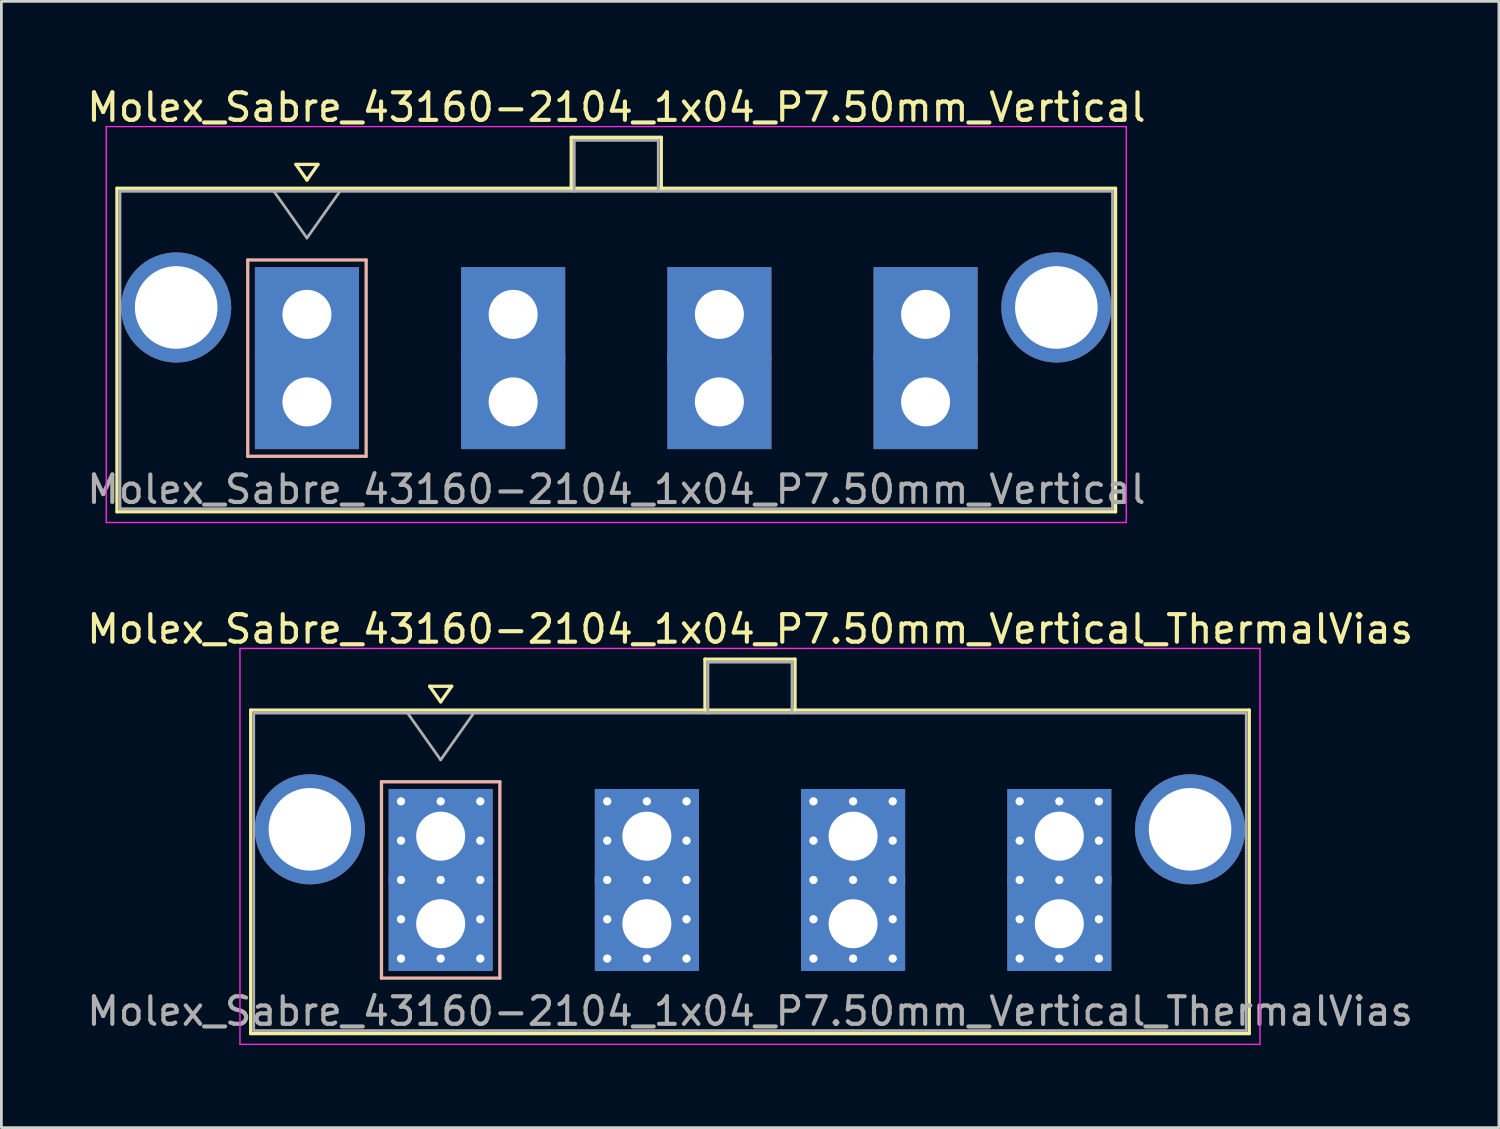
<source format=kicad_pcb>
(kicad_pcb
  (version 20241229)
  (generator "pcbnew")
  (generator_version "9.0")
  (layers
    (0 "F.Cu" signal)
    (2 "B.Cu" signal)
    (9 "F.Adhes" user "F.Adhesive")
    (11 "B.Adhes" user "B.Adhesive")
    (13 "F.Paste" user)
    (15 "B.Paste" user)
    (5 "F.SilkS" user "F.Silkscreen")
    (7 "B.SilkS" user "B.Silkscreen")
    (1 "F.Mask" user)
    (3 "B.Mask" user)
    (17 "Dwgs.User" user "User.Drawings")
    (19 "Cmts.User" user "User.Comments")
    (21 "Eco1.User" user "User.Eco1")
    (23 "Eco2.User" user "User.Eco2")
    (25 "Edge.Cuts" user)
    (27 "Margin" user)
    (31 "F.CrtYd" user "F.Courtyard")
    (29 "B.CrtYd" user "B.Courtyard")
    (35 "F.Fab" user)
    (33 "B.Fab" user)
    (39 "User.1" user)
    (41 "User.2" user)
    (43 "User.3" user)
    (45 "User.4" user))
  (footprint "Molex_Sabre_43160-2104_1x04_P7.50mm_Vertical_ThermalVias"
    (layer "F.Cu")
    (at 12.956 30.502)
    (property "Reference" "Molex_Sabre_43160-2104_1x04_P7.50mm_Vertical_ThermalVias" (at 11.24 -10.7 0) (layer "F.SilkS") (effects (font (size 1 1) (thickness 0.15))))
    (attr through_hole)
    (fp_line (start -6.9 -7.76) (end -6.9 3.99) (stroke (width 0.12) (type solid)) (layer "F.SilkS"))
    (fp_line (start -6.9 3.99) (end 29.37 3.99) (stroke (width 0.12) (type solid)) (layer "F.SilkS"))
    (fp_line (start -0.4 -8.626) (end 0 -8.06) (stroke (width 0.12) (type solid)) (layer "F.SilkS"))
    (fp_line (start 0 -8.06) (end 0.4 -8.626) (stroke (width 0.12) (type solid)) (layer "F.SilkS"))
    (fp_line (start 0.4 -8.626) (end -0.4 -8.626) (stroke (width 0.12) (type solid)) (layer "F.SilkS"))
    (fp_line (start 9.6 -9.61) (end 12.87 -9.61) (stroke (width 0.12) (type solid)) (layer "F.SilkS"))
    (fp_line (start 9.6 -7.76) (end 9.6 -9.61) (stroke (width 0.12) (type solid)) (layer "F.SilkS"))
    (fp_line (start 12.87 -9.61) (end 12.87 -7.76) (stroke (width 0.12) (type solid)) (layer "F.SilkS"))
    (fp_line (start 29.37 -7.76) (end -6.9 -7.76) (stroke (width 0.12) (type solid)) (layer "F.SilkS"))
    (fp_line (start 29.37 3.99) (end 29.37 -7.76) (stroke (width 0.12) (type solid)) (layer "F.SilkS"))
    (fp_line (start -2.15 -5.155) (end -2.15 1.975) (stroke (width 0.12) (type solid)) (layer "B.SilkS"))
    (fp_line (start -2.15 1.975) (end 2.15 1.975) (stroke (width 0.12) (type solid)) (layer "B.SilkS"))
    (fp_line (start 2.15 -5.155) (end -2.15 -5.155) (stroke (width 0.12) (type solid)) (layer "B.SilkS"))
    (fp_line (start 2.15 1.975) (end 2.15 -5.155) (stroke (width 0.12) (type solid)) (layer "B.SilkS"))
    (fp_line (start -7.29 -10) (end -7.29 4.38) (stroke (width 0.05) (type solid)) (layer "F.CrtYd"))
    (fp_line (start -7.29 4.38) (end 29.76 4.38) (stroke (width 0.05) (type solid)) (layer "F.CrtYd"))
    (fp_line (start 29.76 -10) (end -7.29 -10) (stroke (width 0.05) (type solid)) (layer "F.CrtYd"))
    (fp_line (start 29.76 4.38) (end 29.76 -10) (stroke (width 0.05) (type solid)) (layer "F.CrtYd"))
    (fp_line (start -6.79 -7.65) (end -6.79 3.88) (stroke (width 0.1) (type solid)) (layer "F.Fab"))
    (fp_line (start -6.79 3.88) (end 29.26 3.88) (stroke (width 0.1) (type solid)) (layer "F.Fab"))
    (fp_line (start -1.2 -7.65) (end 0 -5.953) (stroke (width 0.1) (type solid)) (layer "F.Fab"))
    (fp_line (start 0 -5.953) (end 1.2 -7.65) (stroke (width 0.1) (type solid)) (layer "F.Fab"))
    (fp_line (start 9.71 -9.5) (end 12.76 -9.5) (stroke (width 0.1) (type solid)) (layer "F.Fab"))
    (fp_line (start 9.71 -7.65) (end 9.71 -9.5) (stroke (width 0.1) (type solid)) (layer "F.Fab"))
    (fp_line (start 12.76 -9.5) (end 12.76 -7.65) (stroke (width 0.1) (type solid)) (layer "F.Fab"))
    (fp_line (start 29.26 -7.65) (end -6.79 -7.65) (stroke (width 0.1) (type solid)) (layer "F.Fab"))
    (fp_line (start 29.26 3.88) (end 29.26 -7.65) (stroke (width 0.1) (type solid)) (layer "F.Fab"))
    (fp_text user "${REFERENCE}" (at 11.24 3.18 0) (layer "F.Fab") (effects (font (size 1 1) (thickness 0.15))))
    (pad "" thru_hole circle (at -4.75 -3.43) (size 4 4) (drill 3) (layers "*.Cu" "*.Mask"))
    (pad "" thru_hole circle (at 27.22 -3.43) (size 4 4) (drill 3) (layers "*.Cu" "*.Mask"))
    (pad "1" thru_hole rect (at -1.44 -4.445) (size 0.6 0.6) (drill 0.3) (layers "*.Cu" "*.Mask"))
    (pad "1" thru_hole rect (at -1.44 -3.018) (size 0.6 0.6) (drill 0.3) (layers "*.Cu" "*.Mask"))
    (pad "1" thru_hole rect (at -1.44 -1.59) (size 0.6 0.6) (drill 0.3) (layers "*.Cu" "*.Mask"))
    (pad "1" thru_hole rect (at -1.44 -0.163) (size 0.6 0.6) (drill 0.3) (layers "*.Cu" "*.Mask"))
    (pad "1" thru_hole rect (at -1.44 1.265) (size 0.6 0.6) (drill 0.3) (layers "*.Cu" "*.Mask"))
    (pad "1" thru_hole rect (at 0 -4.445) (size 0.6 0.6) (drill 0.3) (layers "*.Cu" "*.Mask"))
    (pad "1" thru_hole rect (at 0 -3.18) (size 3.78 3.43) (drill 1.78) (layers "*.Cu" "*.Mask"))
    (pad "1" thru_hole rect (at 0 -1.59) (size 0.6 0.6) (drill 0.3) (layers "*.Cu" "*.Mask"))
    (pad "1" thru_hole rect (at 0 0) (size 3.78 3.43) (drill 1.78) (layers "*.Cu" "*.Mask"))
    (pad "1" thru_hole rect (at 0 1.265) (size 0.6 0.6) (drill 0.3) (layers "*.Cu" "*.Mask"))
    (pad "1" thru_hole rect (at 1.44 -4.445) (size 0.6 0.6) (drill 0.3) (layers "*.Cu" "*.Mask"))
    (pad "1" thru_hole rect (at 1.44 -3.018) (size 0.6 0.6) (drill 0.3) (layers "*.Cu" "*.Mask"))
    (pad "1" thru_hole rect (at 1.44 -1.59) (size 0.6 0.6) (drill 0.3) (layers "*.Cu" "*.Mask"))
    (pad "1" thru_hole rect (at 1.44 -0.163) (size 0.6 0.6) (drill 0.3) (layers "*.Cu" "*.Mask"))
    (pad "1" thru_hole rect (at 1.44 1.265) (size 0.6 0.6) (drill 0.3) (layers "*.Cu" "*.Mask"))
    (pad "2" thru_hole circle (at 6.05 -4.445) (size 0.6 0.6) (drill 0.3) (layers "*.Cu" "*.Mask"))
    (pad "2" thru_hole circle (at 6.05 -3.018) (size 0.6 0.6) (drill 0.3) (layers "*.Cu" "*.Mask"))
    (pad "2" thru_hole circle (at 6.05 -1.59) (size 0.6 0.6) (drill 0.3) (layers "*.Cu" "*.Mask"))
    (pad "2" thru_hole circle (at 6.05 -0.163) (size 0.6 0.6) (drill 0.3) (layers "*.Cu" "*.Mask"))
    (pad "2" thru_hole circle (at 6.05 1.265) (size 0.6 0.6) (drill 0.3) (layers "*.Cu" "*.Mask"))
    (pad "2" thru_hole circle (at 7.49 -4.445) (size 0.6 0.6) (drill 0.3) (layers "*.Cu" "*.Mask"))
    (pad "2" thru_hole rect (at 7.49 -3.18) (size 3.78 3.43) (drill 1.78) (layers "*.Cu" "*.Mask"))
    (pad "2" thru_hole circle (at 7.49 -1.59) (size 0.6 0.6) (drill 0.3) (layers "*.Cu" "*.Mask"))
    (pad "2" thru_hole rect (at 7.49 0) (size 3.78 3.43) (drill 1.78) (layers "*.Cu" "*.Mask"))
    (pad "2" thru_hole circle (at 7.49 1.265) (size 0.6 0.6) (drill 0.3) (layers "*.Cu" "*.Mask"))
    (pad "2" thru_hole circle (at 8.93 -4.445) (size 0.6 0.6) (drill 0.3) (layers "*.Cu" "*.Mask"))
    (pad "2" thru_hole circle (at 8.93 -3.018) (size 0.6 0.6) (drill 0.3) (layers "*.Cu" "*.Mask"))
    (pad "2" thru_hole circle (at 8.93 -1.59) (size 0.6 0.6) (drill 0.3) (layers "*.Cu" "*.Mask"))
    (pad "2" thru_hole circle (at 8.93 -0.163) (size 0.6 0.6) (drill 0.3) (layers "*.Cu" "*.Mask"))
    (pad "2" thru_hole circle (at 8.93 1.265) (size 0.6 0.6) (drill 0.3) (layers "*.Cu" "*.Mask"))
    (pad "3" thru_hole circle (at 13.54 -4.445) (size 0.6 0.6) (drill 0.3) (layers "*.Cu" "*.Mask"))
    (pad "3" thru_hole circle (at 13.54 -3.018) (size 0.6 0.6) (drill 0.3) (layers "*.Cu" "*.Mask"))
    (pad "3" thru_hole circle (at 13.54 -1.59) (size 0.6 0.6) (drill 0.3) (layers "*.Cu" "*.Mask"))
    (pad "3" thru_hole circle (at 13.54 -0.163) (size 0.6 0.6) (drill 0.3) (layers "*.Cu" "*.Mask"))
    (pad "3" thru_hole circle (at 13.54 1.265) (size 0.6 0.6) (drill 0.3) (layers "*.Cu" "*.Mask"))
    (pad "3" thru_hole circle (at 14.98 -4.445) (size 0.6 0.6) (drill 0.3) (layers "*.Cu" "*.Mask"))
    (pad "3" thru_hole rect (at 14.98 -3.18) (size 3.78 3.43) (drill 1.78) (layers "*.Cu" "*.Mask"))
    (pad "3" thru_hole circle (at 14.98 -1.59) (size 0.6 0.6) (drill 0.3) (layers "*.Cu" "*.Mask"))
    (pad "3" thru_hole rect (at 14.98 0) (size 3.78 3.43) (drill 1.78) (layers "*.Cu" "*.Mask"))
    (pad "3" thru_hole circle (at 14.98 1.265) (size 0.6 0.6) (drill 0.3) (layers "*.Cu" "*.Mask"))
    (pad "3" thru_hole circle (at 16.42 -4.445) (size 0.6 0.6) (drill 0.3) (layers "*.Cu" "*.Mask"))
    (pad "3" thru_hole circle (at 16.42 -3.018) (size 0.6 0.6) (drill 0.3) (layers "*.Cu" "*.Mask"))
    (pad "3" thru_hole circle (at 16.42 -1.59) (size 0.6 0.6) (drill 0.3) (layers "*.Cu" "*.Mask"))
    (pad "3" thru_hole circle (at 16.42 -0.163) (size 0.6 0.6) (drill 0.3) (layers "*.Cu" "*.Mask"))
    (pad "3" thru_hole circle (at 16.42 1.265) (size 0.6 0.6) (drill 0.3) (layers "*.Cu" "*.Mask"))
    (pad "4" thru_hole circle (at 21.03 -4.445) (size 0.6 0.6) (drill 0.3) (layers "*.Cu" "*.Mask"))
    (pad "4" thru_hole circle (at 21.03 -3.018) (size 0.6 0.6) (drill 0.3) (layers "*.Cu" "*.Mask"))
    (pad "4" thru_hole circle (at 21.03 -1.59) (size 0.6 0.6) (drill 0.3) (layers "*.Cu" "*.Mask"))
    (pad "4" thru_hole circle (at 21.03 -0.163) (size 0.6 0.6) (drill 0.3) (layers "*.Cu" "*.Mask"))
    (pad "4" thru_hole circle (at 21.03 1.265) (size 0.6 0.6) (drill 0.3) (layers "*.Cu" "*.Mask"))
    (pad "4" thru_hole circle (at 22.47 -4.445) (size 0.6 0.6) (drill 0.3) (layers "*.Cu" "*.Mask"))
    (pad "4" thru_hole rect (at 22.47 -3.18) (size 3.78 3.43) (drill 1.78) (layers "*.Cu" "*.Mask"))
    (pad "4" thru_hole circle (at 22.47 -1.59) (size 0.6 0.6) (drill 0.3) (layers "*.Cu" "*.Mask"))
    (pad "4" thru_hole rect (at 22.47 0) (size 3.78 3.43) (drill 1.78) (layers "*.Cu" "*.Mask"))
    (pad "4" thru_hole circle (at 22.47 1.265) (size 0.6 0.6) (drill 0.3) (layers "*.Cu" "*.Mask"))
    (pad "4" thru_hole circle (at 23.91 -4.445) (size 0.6 0.6) (drill 0.3) (layers "*.Cu" "*.Mask"))
    (pad "4" thru_hole circle (at 23.91 -3.018) (size 0.6 0.6) (drill 0.3) (layers "*.Cu" "*.Mask"))
    (pad "4" thru_hole circle (at 23.91 -1.59) (size 0.6 0.6) (drill 0.3) (layers "*.Cu" "*.Mask"))
    (pad "4" thru_hole circle (at 23.91 -0.163) (size 0.6 0.6) (drill 0.3) (layers "*.Cu" "*.Mask"))
    (pad "4" thru_hole circle (at 23.91 1.265) (size 0.6 0.6) (drill 0.3) (layers "*.Cu" "*.Mask")))
  (footprint "Molex_Sabre_43160-2104_1x04_P7.50mm_Vertical"
    (layer "F.Cu")
    (at 8.099 11.548)
    (property "Reference" "Molex_Sabre_43160-2104_1x04_P7.50mm_Vertical" (at 11.24 -10.7 0) (layer "F.SilkS") (effects (font (size 1 1) (thickness 0.15))))
    (attr through_hole)
    (fp_line (start -6.9 -7.76) (end -6.9 3.99) (stroke (width 0.12) (type solid)) (layer "F.SilkS"))
    (fp_line (start -6.9 3.99) (end 29.37 3.99) (stroke (width 0.12) (type solid)) (layer "F.SilkS"))
    (fp_line (start -0.4 -8.626) (end 0 -8.06) (stroke (width 0.12) (type solid)) (layer "F.SilkS"))
    (fp_line (start 0 -8.06) (end 0.4 -8.626) (stroke (width 0.12) (type solid)) (layer "F.SilkS"))
    (fp_line (start 0.4 -8.626) (end -0.4 -8.626) (stroke (width 0.12) (type solid)) (layer "F.SilkS"))
    (fp_line (start 9.6 -9.61) (end 12.87 -9.61) (stroke (width 0.12) (type solid)) (layer "F.SilkS"))
    (fp_line (start 9.6 -7.76) (end 9.6 -9.61) (stroke (width 0.12) (type solid)) (layer "F.SilkS"))
    (fp_line (start 12.87 -9.61) (end 12.87 -7.76) (stroke (width 0.12) (type solid)) (layer "F.SilkS"))
    (fp_line (start 29.37 -7.76) (end -6.9 -7.76) (stroke (width 0.12) (type solid)) (layer "F.SilkS"))
    (fp_line (start 29.37 3.99) (end 29.37 -7.76) (stroke (width 0.12) (type solid)) (layer "F.SilkS"))
    (fp_line (start -2.15 -5.155) (end -2.15 1.975) (stroke (width 0.12) (type solid)) (layer "B.SilkS"))
    (fp_line (start -2.15 1.975) (end 2.15 1.975) (stroke (width 0.12) (type solid)) (layer "B.SilkS"))
    (fp_line (start 2.15 -5.155) (end -2.15 -5.155) (stroke (width 0.12) (type solid)) (layer "B.SilkS"))
    (fp_line (start 2.15 1.975) (end 2.15 -5.155) (stroke (width 0.12) (type solid)) (layer "B.SilkS"))
    (fp_line (start -7.29 -10) (end -7.29 4.38) (stroke (width 0.05) (type solid)) (layer "F.CrtYd"))
    (fp_line (start -7.29 4.38) (end 29.76 4.38) (stroke (width 0.05) (type solid)) (layer "F.CrtYd"))
    (fp_line (start 29.76 -10) (end -7.29 -10) (stroke (width 0.05) (type solid)) (layer "F.CrtYd"))
    (fp_line (start 29.76 4.38) (end 29.76 -10) (stroke (width 0.05) (type solid)) (layer "F.CrtYd"))
    (fp_line (start -6.79 -7.65) (end -6.79 3.88) (stroke (width 0.1) (type solid)) (layer "F.Fab"))
    (fp_line (start -6.79 3.88) (end 29.26 3.88) (stroke (width 0.1) (type solid)) (layer "F.Fab"))
    (fp_line (start -1.2 -7.65) (end 0 -5.953) (stroke (width 0.1) (type solid)) (layer "F.Fab"))
    (fp_line (start 0 -5.953) (end 1.2 -7.65) (stroke (width 0.1) (type solid)) (layer "F.Fab"))
    (fp_line (start 9.71 -9.5) (end 12.76 -9.5) (stroke (width 0.1) (type solid)) (layer "F.Fab"))
    (fp_line (start 9.71 -7.65) (end 9.71 -9.5) (stroke (width 0.1) (type solid)) (layer "F.Fab"))
    (fp_line (start 12.76 -9.5) (end 12.76 -7.65) (stroke (width 0.1) (type solid)) (layer "F.Fab"))
    (fp_line (start 29.26 -7.65) (end -6.79 -7.65) (stroke (width 0.1) (type solid)) (layer "F.Fab"))
    (fp_line (start 29.26 3.88) (end 29.26 -7.65) (stroke (width 0.1) (type solid)) (layer "F.Fab"))
    (fp_text user "${REFERENCE}" (at 11.24 3.18 0) (layer "F.Fab") (effects (font (size 1 1) (thickness 0.15))))
    (pad "" thru_hole circle (at -4.75 -3.43) (size 4 4) (drill 3) (layers "*.Cu" "*.Mask"))
    (pad "" thru_hole circle (at 27.22 -3.43) (size 4 4) (drill 3) (layers "*.Cu" "*.Mask"))
    (pad "1" thru_hole rect (at 0 -3.18) (size 3.78 3.43) (drill 1.78) (layers "*.Cu" "*.Mask"))
    (pad "1" thru_hole rect (at 0 0) (size 3.78 3.43) (drill 1.78) (layers "*.Cu" "*.Mask"))
    (pad "2" thru_hole rect (at 7.49 -3.18) (size 3.78 3.43) (drill 1.78) (layers "*.Cu" "*.Mask"))
    (pad "2" thru_hole rect (at 7.49 0) (size 3.78 3.43) (drill 1.78) (layers "*.Cu" "*.Mask"))
    (pad "3" thru_hole rect (at 14.98 -3.18) (size 3.78 3.43) (drill 1.78) (layers "*.Cu" "*.Mask"))
    (pad "3" thru_hole rect (at 14.98 0) (size 3.78 3.43) (drill 1.78) (layers "*.Cu" "*.Mask"))
    (pad "4" thru_hole rect (at 22.47 -3.18) (size 3.78 3.43) (drill 1.78) (layers "*.Cu" "*.Mask"))
    (pad "4" thru_hole rect (at 22.47 0) (size 3.78 3.43) (drill 1.78) (layers "*.Cu" "*.Mask")))
  (gr_rect
    (start -3 -3)
    (end 51.393 37.907)
    (stroke (width 0.1) (type default))
    (fill no)
    (layer "Edge.Cuts")))
</source>
